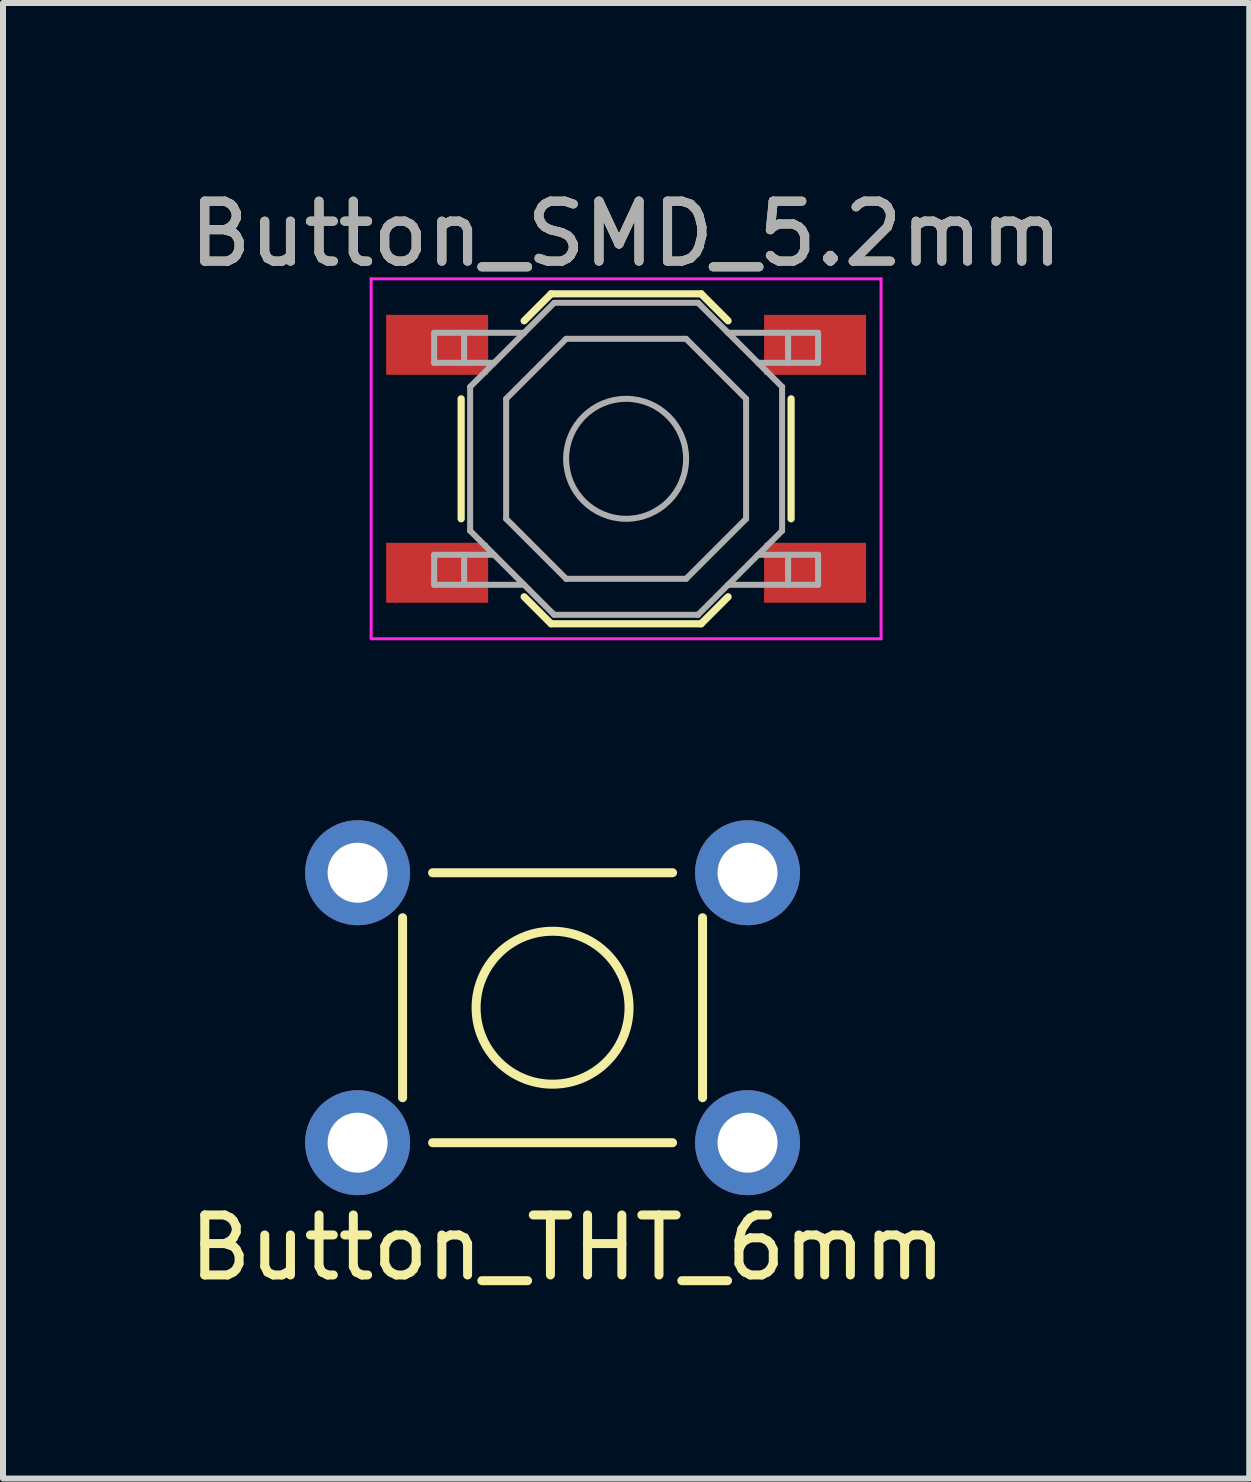
<source format=kicad_pcb>
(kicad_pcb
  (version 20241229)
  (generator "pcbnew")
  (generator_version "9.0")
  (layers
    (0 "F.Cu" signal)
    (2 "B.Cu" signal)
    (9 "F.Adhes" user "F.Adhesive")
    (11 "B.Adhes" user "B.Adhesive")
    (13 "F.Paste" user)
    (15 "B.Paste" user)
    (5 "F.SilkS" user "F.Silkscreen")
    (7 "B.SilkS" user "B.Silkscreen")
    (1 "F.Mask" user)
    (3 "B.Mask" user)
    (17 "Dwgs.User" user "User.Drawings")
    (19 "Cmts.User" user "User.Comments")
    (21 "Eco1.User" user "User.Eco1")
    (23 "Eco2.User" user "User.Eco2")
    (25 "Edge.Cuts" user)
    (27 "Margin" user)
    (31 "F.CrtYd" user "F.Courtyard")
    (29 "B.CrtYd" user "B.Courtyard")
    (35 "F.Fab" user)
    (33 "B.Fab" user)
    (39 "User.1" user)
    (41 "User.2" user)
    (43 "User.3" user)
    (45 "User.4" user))
  (footprint "Button_THT_6mm"
    (layer "F.Cu")
    (at 6.161 13.748)
    (property "Reference" "Button_THT_6mm" (at 0.25 4 0) (layer "F.SilkS") (effects (font (size 1 1) (thickness 0.15))))
    (attr through_hole)
    (fp_line (start -2.5 -1.5) (end -2.5 1.5) (stroke (width 0.15) (type solid)) (layer "F.SilkS"))
    (fp_line (start -2 -2.25) (end 2 -2.25) (stroke (width 0.15) (type solid)) (layer "F.SilkS"))
    (fp_line (start -2 2.25) (end 2 2.25) (stroke (width 0.15) (type solid)) (layer "F.SilkS"))
    (fp_line (start 2.5 -1.5) (end 2.5 1.5) (stroke (width 0.15) (type solid)) (layer "F.SilkS"))
    (fp_circle (center 0 0) (end 0.25 -1.25) (stroke (width 0.15) (type solid)) (fill no) (layer "F.SilkS"))
    (pad "1" thru_hole circle (at -3.25 -2.25) (size 1.75 1.75) (drill 1) (layers "*.Cu" "*.Mask"))
    (pad "1" thru_hole circle (at 3.25 -2.25) (size 1.75 1.75) (drill 1) (layers "*.Cu" "*.Mask"))
    (pad "2" thru_hole circle (at -3.25 2.25) (size 1.75 1.75) (drill 1) (layers "*.Cu" "*.Mask"))
    (pad "2" thru_hole circle (at 3.25 2.25) (size 1.75 1.75) (drill 1) (layers "*.Cu" "*.Mask")))
  (footprint "Button_SMD_5.2mm"
    (layer "F.Cu")
    (at 7.387 4.598)
    (property "Reference" "Button_SMD_5.2mm" (at 0 -3.75 0) (layer "F.SilkS") (effects (font (size 1 1) (thickness 0.15))))
    (attr smd)
    (fp_line (start -2.75 -1) (end -2.75 1) (stroke (width 0.12) (type solid)) (layer "F.SilkS"))
    (fp_line (start -1.7 -2.3) (end -1.25 -2.75) (stroke (width 0.12) (type solid)) (layer "F.SilkS"))
    (fp_line (start -1.7 2.3) (end -1.25 2.75) (stroke (width 0.12) (type solid)) (layer "F.SilkS"))
    (fp_line (start -1.25 -2.75) (end 1.25 -2.75) (stroke (width 0.12) (type solid)) (layer "F.SilkS"))
    (fp_line (start -1.25 2.75) (end 1.25 2.75) (stroke (width 0.12) (type solid)) (layer "F.SilkS"))
    (fp_line (start 1.7 -2.3) (end 1.25 -2.75) (stroke (width 0.12) (type solid)) (layer "F.SilkS"))
    (fp_line (start 1.7 2.3) (end 1.25 2.75) (stroke (width 0.12) (type solid)) (layer "F.SilkS"))
    (fp_line (start 2.75 -1) (end 2.75 1) (stroke (width 0.12) (type solid)) (layer "F.SilkS"))
    (fp_line (start -4.25 -3) (end 4.25 -3) (stroke (width 0.05) (type solid)) (layer "F.CrtYd"))
    (fp_line (start -4.25 3) (end -4.25 -3) (stroke (width 0.05) (type solid)) (layer "F.CrtYd"))
    (fp_line (start 4.25 -3) (end 4.25 3) (stroke (width 0.05) (type solid)) (layer "F.CrtYd"))
    (fp_line (start 4.25 3) (end -4.25 3) (stroke (width 0.05) (type solid)) (layer "F.CrtYd"))
    (fp_line (start -3.2 -2.1) (end -3.2 -1.6) (stroke (width 0.1) (type solid)) (layer "F.Fab"))
    (fp_line (start -3.2 -1.6) (end -2.2 -1.6) (stroke (width 0.1) (type solid)) (layer "F.Fab"))
    (fp_line (start -3.2 1.6) (end -2.2 1.6) (stroke (width 0.1) (type solid)) (layer "F.Fab"))
    (fp_line (start -3.2 2.1) (end -3.2 1.6) (stroke (width 0.1) (type solid)) (layer "F.Fab"))
    (fp_line (start -2.7 -2.1) (end -2.7 -1.6) (stroke (width 0.1) (type solid)) (layer "F.Fab"))
    (fp_line (start -2.7 2.1) (end -2.7 1.6) (stroke (width 0.1) (type solid)) (layer "F.Fab"))
    (fp_line (start -2.6 -1.2) (end -2.6 1.2) (stroke (width 0.1) (type solid)) (layer "F.Fab"))
    (fp_line (start -2.6 1.2) (end -1.2 2.6) (stroke (width 0.1) (type solid)) (layer "F.Fab"))
    (fp_line (start -2 -1) (end -1 -2) (stroke (width 0.1) (type solid)) (layer "F.Fab"))
    (fp_line (start -2 1) (end -2 -1) (stroke (width 0.1) (type solid)) (layer "F.Fab"))
    (fp_line (start -1.7 -2.1) (end -3.2 -2.1) (stroke (width 0.1) (type solid)) (layer "F.Fab"))
    (fp_line (start -1.7 2.1) (end -3.2 2.1) (stroke (width 0.1) (type solid)) (layer "F.Fab"))
    (fp_line (start -1.2 -2.6) (end -2.6 -1.2) (stroke (width 0.1) (type solid)) (layer "F.Fab"))
    (fp_line (start -1.2 2.6) (end 1.2 2.6) (stroke (width 0.1) (type solid)) (layer "F.Fab"))
    (fp_line (start -1 -2) (end 1 -2) (stroke (width 0.1) (type solid)) (layer "F.Fab"))
    (fp_line (start -1 2) (end -2 1) (stroke (width 0.1) (type solid)) (layer "F.Fab"))
    (fp_line (start 1 -2) (end 2 -1) (stroke (width 0.1) (type solid)) (layer "F.Fab"))
    (fp_line (start 1 2) (end -1 2) (stroke (width 0.1) (type solid)) (layer "F.Fab"))
    (fp_line (start 1.2 -2.6) (end -1.2 -2.6) (stroke (width 0.1) (type solid)) (layer "F.Fab"))
    (fp_line (start 1.2 2.6) (end 2.6 1.2) (stroke (width 0.1) (type solid)) (layer "F.Fab"))
    (fp_line (start 1.7 -2.1) (end 3.2 -2.1) (stroke (width 0.1) (type solid)) (layer "F.Fab"))
    (fp_line (start 1.7 2.1) (end 3.2 2.1) (stroke (width 0.1) (type solid)) (layer "F.Fab"))
    (fp_line (start 2 -1) (end 2 1) (stroke (width 0.1) (type solid)) (layer "F.Fab"))
    (fp_line (start 2 1) (end 1 2) (stroke (width 0.1) (type solid)) (layer "F.Fab"))
    (fp_line (start 2.6 -1.2) (end 1.2 -2.6) (stroke (width 0.1) (type solid)) (layer "F.Fab"))
    (fp_line (start 2.6 1.2) (end 2.6 -1.2) (stroke (width 0.1) (type solid)) (layer "F.Fab"))
    (fp_line (start 2.7 -2.1) (end 2.7 -1.6) (stroke (width 0.1) (type solid)) (layer "F.Fab"))
    (fp_line (start 2.7 2.1) (end 2.7 1.6) (stroke (width 0.1) (type solid)) (layer "F.Fab"))
    (fp_line (start 3.2 -2.1) (end 3.2 -1.6) (stroke (width 0.1) (type solid)) (layer "F.Fab"))
    (fp_line (start 3.2 -1.6) (end 2.2 -1.6) (stroke (width 0.1) (type solid)) (layer "F.Fab"))
    (fp_line (start 3.2 1.6) (end 2.2 1.6) (stroke (width 0.1) (type solid)) (layer "F.Fab"))
    (fp_line (start 3.2 2.1) (end 3.2 1.6) (stroke (width 0.1) (type solid)) (layer "F.Fab"))
    (fp_circle (center 0 0) (end 1 0) (stroke (width 0.1) (type solid)) (fill no) (layer "F.Fab"))
    (fp_text user "${REFERENCE}" (at 0 -3.75 0) (layer "F.Fab") (effects (font (size 1 1) (thickness 0.15))))
    (pad "1" smd rect (at -3.15 -1.9) (size 1.7 1) (layers "F.Cu" "F.Mask" "F.Paste"))
    (pad "1" smd rect (at 3.15 -1.9) (size 1.7 1) (layers "F.Cu" "F.Mask" "F.Paste"))
    (pad "2" smd rect (at -3.15 1.9) (size 1.7 1) (layers "F.Cu" "F.Mask" "F.Paste"))
    (pad "2" smd rect (at 3.15 1.9) (size 1.7 1) (layers "F.Cu" "F.Mask" "F.Paste")))
  (gr_rect
    (start -3 -3)
    (end 17.774 21.596)
    (stroke (width 0.1) (type default))
    (fill no)
    (layer "Edge.Cuts")))
</source>
